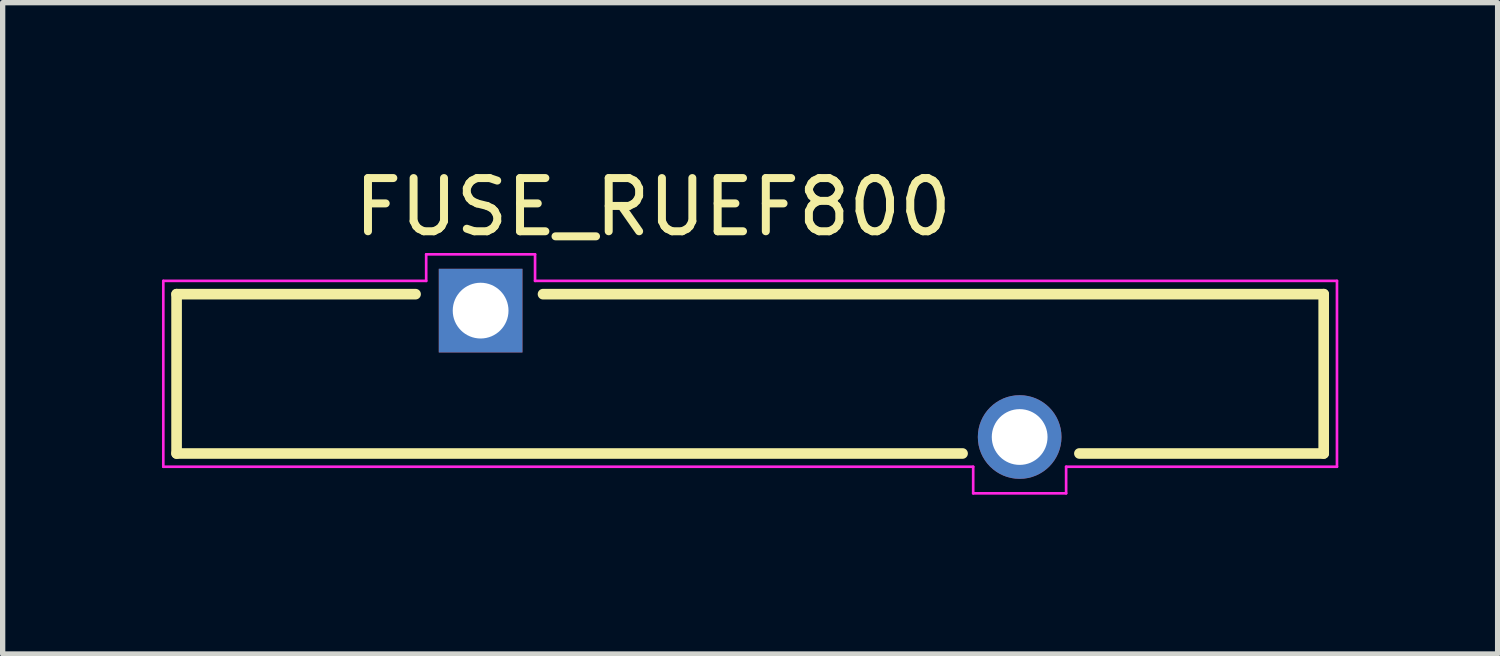
<source format=kicad_pcb>
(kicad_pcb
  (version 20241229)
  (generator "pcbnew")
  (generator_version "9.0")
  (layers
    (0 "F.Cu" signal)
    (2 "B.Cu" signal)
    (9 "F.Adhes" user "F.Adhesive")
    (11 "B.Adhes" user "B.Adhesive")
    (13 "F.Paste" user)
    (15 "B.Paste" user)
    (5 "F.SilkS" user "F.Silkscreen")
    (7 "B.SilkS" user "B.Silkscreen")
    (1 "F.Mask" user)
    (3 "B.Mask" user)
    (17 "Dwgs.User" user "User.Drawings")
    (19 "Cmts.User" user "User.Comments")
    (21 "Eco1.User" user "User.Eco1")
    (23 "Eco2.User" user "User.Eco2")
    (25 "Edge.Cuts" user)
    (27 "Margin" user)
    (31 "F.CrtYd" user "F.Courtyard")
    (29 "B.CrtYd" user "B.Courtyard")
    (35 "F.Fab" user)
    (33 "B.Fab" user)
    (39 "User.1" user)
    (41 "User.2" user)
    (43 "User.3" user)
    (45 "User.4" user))
  (footprint "FUSE_RUEF800"
    (layer "F.Cu")
    (at 11.075 3.989)
    (property "Reference" "FUSE_RUEF800" (at -1.828 -3.14 0) (layer "F.SilkS") (effects (font (size 1.002 1.002) (thickness 0.15))))
    (attr through_hole)
    (fp_line (start -10.8 -1.5) (end -6.3 -1.5) (stroke (width 0.2) (type solid)) (layer "F.SilkS"))
    (fp_line (start -10.8 1.5) (end -10.8 -1.5) (stroke (width 0.2) (type solid)) (layer "F.SilkS"))
    (fp_line (start -3.9 -1.5) (end 10.8 -1.5) (stroke (width 0.2) (type solid)) (layer "F.SilkS"))
    (fp_line (start 4 1.5) (end -10.8 1.5) (stroke (width 0.2) (type solid)) (layer "F.SilkS"))
    (fp_line (start 10.8 -1.5) (end 10.8 1.5) (stroke (width 0.2) (type solid)) (layer "F.SilkS"))
    (fp_line (start 10.8 1.5) (end 6.2 1.5) (stroke (width 0.2) (type solid)) (layer "F.SilkS"))
    (fp_line (start -11.05 -1.75) (end -6.1 -1.75) (stroke (width 0.05) (type solid)) (layer "F.CrtYd"))
    (fp_line (start -11.05 1.75) (end -11.05 -1.75) (stroke (width 0.05) (type solid)) (layer "F.CrtYd"))
    (fp_line (start -6.1 -2.25) (end -4.05 -2.25) (stroke (width 0.05) (type solid)) (layer "F.CrtYd"))
    (fp_line (start -6.1 -1.75) (end -6.1 -2.25) (stroke (width 0.05) (type solid)) (layer "F.CrtYd"))
    (fp_line (start -4.05 -2.25) (end -4.05 -1.75) (stroke (width 0.05) (type solid)) (layer "F.CrtYd"))
    (fp_line (start -4.05 -1.75) (end 11.05 -1.75) (stroke (width 0.05) (type solid)) (layer "F.CrtYd"))
    (fp_line (start 4.2 1.75) (end -11.05 1.75) (stroke (width 0.05) (type solid)) (layer "F.CrtYd"))
    (fp_line (start 4.2 2.25) (end 4.2 1.75) (stroke (width 0.05) (type solid)) (layer "F.CrtYd"))
    (fp_line (start 5.95 1.75) (end 5.95 2.25) (stroke (width 0.05) (type solid)) (layer "F.CrtYd"))
    (fp_line (start 5.95 2.25) (end 4.2 2.25) (stroke (width 0.05) (type solid)) (layer "F.CrtYd"))
    (fp_line (start 11.05 -1.75) (end 11.05 1.75) (stroke (width 0.05) (type solid)) (layer "F.CrtYd"))
    (fp_line (start 11.05 1.75) (end 5.95 1.75) (stroke (width 0.05) (type solid)) (layer "F.CrtYd"))
    (pad "1" thru_hole rect (at -5.075 -1.19) (size 1.575 1.575) (drill 1.05) (layers "*.Cu" "*.Mask"))
    (pad "2" thru_hole circle (at 5.075 1.19) (size 1.575 1.575) (drill 1.05) (layers "*.Cu" "*.Mask")))
  (gr_rect
    (start -3 -3)
    (end 25.15 9.264)
    (stroke (width 0.1) (type default))
    (fill no)
    (layer "Edge.Cuts")))
</source>
